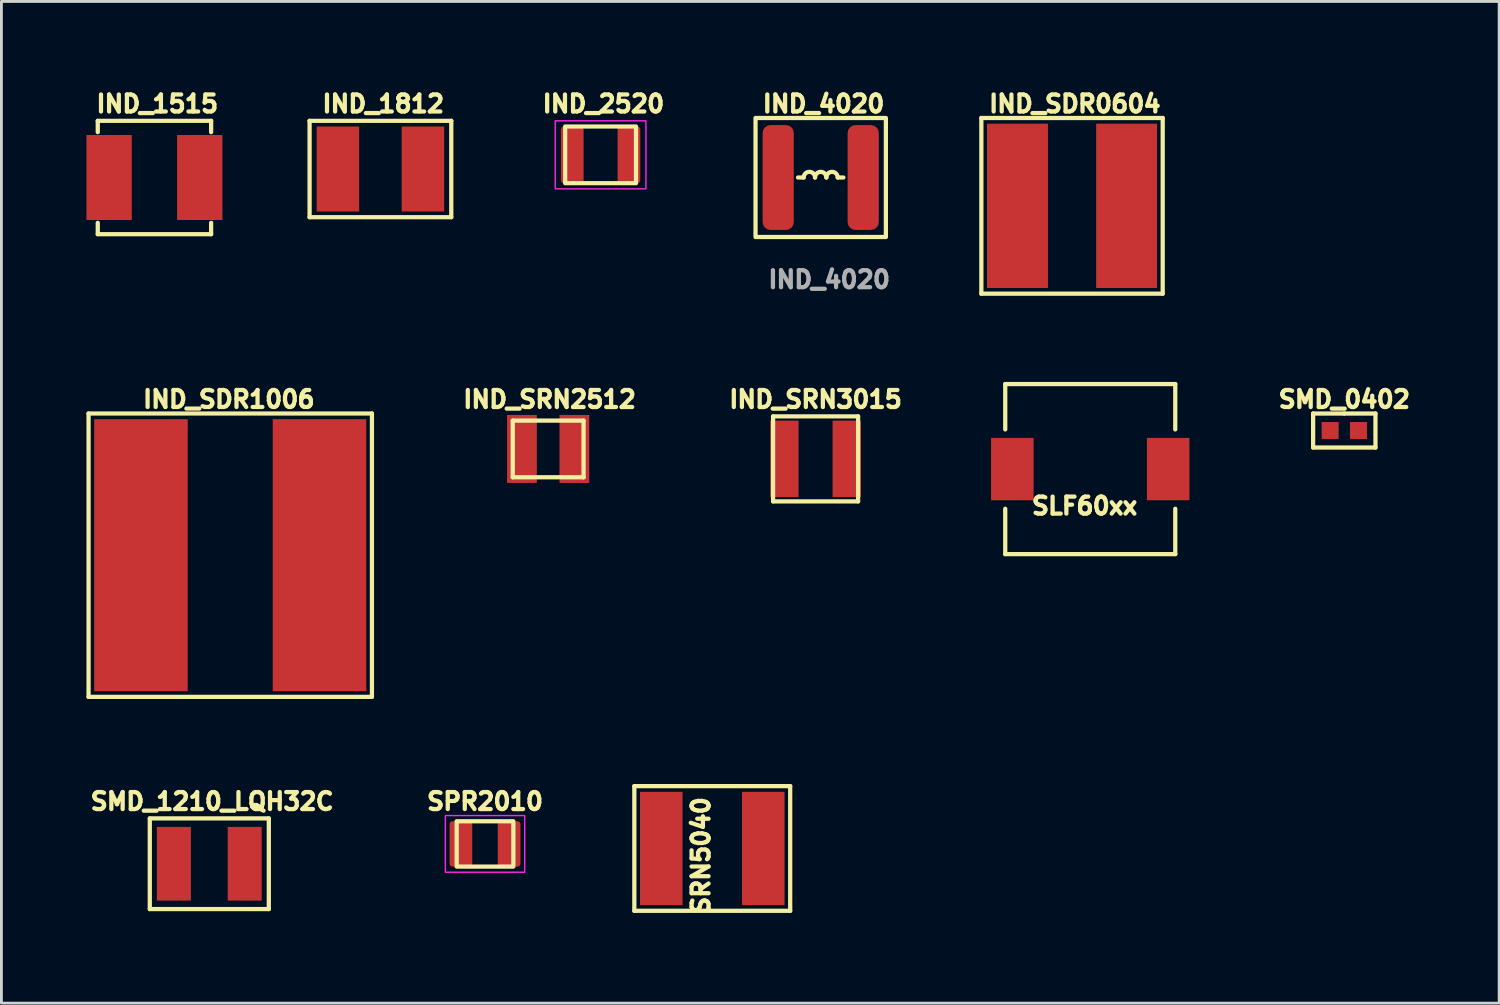
<source format=kicad_pcb>
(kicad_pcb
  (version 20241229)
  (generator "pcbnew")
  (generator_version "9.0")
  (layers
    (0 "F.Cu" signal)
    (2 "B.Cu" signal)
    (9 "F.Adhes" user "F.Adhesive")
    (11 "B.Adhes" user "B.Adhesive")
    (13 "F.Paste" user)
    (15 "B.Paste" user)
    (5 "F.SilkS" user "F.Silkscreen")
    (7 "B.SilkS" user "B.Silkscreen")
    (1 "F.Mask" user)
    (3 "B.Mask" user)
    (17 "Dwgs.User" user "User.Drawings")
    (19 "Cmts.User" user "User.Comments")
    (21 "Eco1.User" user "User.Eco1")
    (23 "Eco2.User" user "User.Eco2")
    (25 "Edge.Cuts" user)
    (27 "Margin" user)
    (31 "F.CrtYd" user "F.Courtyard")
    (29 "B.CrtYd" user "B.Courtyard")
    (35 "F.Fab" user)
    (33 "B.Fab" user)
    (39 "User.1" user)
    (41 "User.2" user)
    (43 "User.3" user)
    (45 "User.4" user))
  (footprint "SRN5040"
    (layer "F.Cu")
    (at 22.085 26.892)
    (property "Reference" "SRN5040" (at -0.4 0.25 90) (layer "F.SilkS") (effects (font (size 0.6 0.6) (thickness 0.15))))
    (attr through_hole)
    (fp_line (start -2.75 -2.2) (end 2.75 -2.2) (stroke (width 0.15) (type solid)) (layer "F.SilkS"))
    (fp_line (start -2.75 2.2) (end -2.75 -2.2) (stroke (width 0.15) (type solid)) (layer "F.SilkS"))
    (fp_line (start 2.75 -2.2) (end 2.75 2.2) (stroke (width 0.15) (type solid)) (layer "F.SilkS"))
    (fp_line (start 2.75 2.2) (end -2.75 2.2) (stroke (width 0.15) (type solid)) (layer "F.SilkS"))
    (pad "1" smd rect (at -1.8 0) (size 1.5 4) (layers "F.Cu" "F.Mask" "F.Paste"))
    (pad "2" smd rect (at 1.8 0) (size 1.5 4) (layers "F.Cu" "F.Mask" "F.Paste")))
  (footprint "IND_SRN3015"
    (layer "F.Cu")
    (at 25.731 13.143)
    (property "Reference" "IND_SRN3015" (at 0 -2.1 0) (layer "F.SilkS") (effects (font (size 0.6 0.6) (thickness 0.15))))
    (attr smd)
    (fp_line (start -1.5 -1.5) (end 1.5 -1.5) (stroke (width 0.15) (type solid)) (layer "F.SilkS"))
    (fp_line (start -1.5 1.5) (end -1.5 -1.5) (stroke (width 0.15) (type solid)) (layer "F.SilkS"))
    (fp_line (start 1.5 -1.5) (end 1.5 1.5) (stroke (width 0.15) (type solid)) (layer "F.SilkS"))
    (fp_line (start 1.5 1.5) (end -1.5 1.5) (stroke (width 0.15) (type solid)) (layer "F.SilkS"))
    (pad "1" smd rect (at -1.1 0) (size 1 2.7) (layers "F.Cu" "F.Mask" "F.Paste"))
    (pad "2" smd rect (at 1.1 0) (size 1 2.7) (layers "F.Cu" "F.Mask" "F.Paste")))
  (footprint "SLF60xx"
    (layer "F.Cu")
    (at 35.424 13.504)
    (property "Reference" "SLF60xx" (at -0.2 1.3 0) (layer "F.SilkS") (effects (font (size 0.6 0.6) (thickness 0.15))))
    (attr through_hole)
    (fp_line (start -3 -3) (end 3 -3) (stroke (width 0.15) (type solid)) (layer "F.SilkS"))
    (fp_line (start -3 -1.4) (end -3 -3) (stroke (width 0.15) (type solid)) (layer "F.SilkS"))
    (fp_line (start -3 3) (end -3 1.4) (stroke (width 0.15) (type solid)) (layer "F.SilkS"))
    (fp_line (start 3 -3) (end 3 -1.4) (stroke (width 0.15) (type solid)) (layer "F.SilkS"))
    (fp_line (start 3 1.4) (end 3 3) (stroke (width 0.15) (type solid)) (layer "F.SilkS"))
    (fp_line (start 3 3) (end -3 3) (stroke (width 0.15) (type solid)) (layer "F.SilkS"))
    (pad "1" smd rect (at -2.75 0) (size 1.5 2.2) (layers "F.Cu" "F.Mask" "F.Paste"))
    (pad "2" smd rect (at 2.75 0) (size 1.5 2.2) (layers "F.Cu" "F.Mask" "F.Paste")))
  (footprint "SMD_1210_LQH32C"
    (layer "F.Cu")
    (at 4.336 27.431)
    (property "Reference" "SMD_1210_LQH32C" (at 0.1 -2.2 0) (layer "F.SilkS") (effects (font (size 0.6 0.6) (thickness 0.15))))
    (attr smd)
    (fp_line (start -2.1 -1.6) (end 2.1 -1.6) (stroke (width 0.15) (type solid)) (layer "F.SilkS"))
    (fp_line (start -2.1 1.6) (end -2.1 -1.6) (stroke (width 0.15) (type solid)) (layer "F.SilkS"))
    (fp_line (start 2.1 -1.6) (end 2.1 1.6) (stroke (width 0.15) (type solid)) (layer "F.SilkS"))
    (fp_line (start 2.1 1.6) (end -2.1 1.6) (stroke (width 0.15) (type solid)) (layer "F.SilkS"))
    (pad "1" smd rect (at -1.25 0) (size 1.2 2.6) (layers "F.Cu" "F.Mask" "F.Paste"))
    (pad "2" smd rect (at 1.25 0) (size 1.2 2.6) (layers "F.Cu" "F.Mask" "F.Paste")))
  (footprint "IND_1515"
    (layer "F.Cu")
    (at 2.4 3.214)
    (property "Reference" "IND_1515" (at 0.1 -2.6 0) (layer "F.SilkS") (effects (font (size 0.6 0.6) (thickness 0.15))))
    (attr smd)
    (fp_line (start -2 -2) (end -2 -1.6) (stroke (width 0.15) (type solid)) (layer "F.SilkS"))
    (fp_line (start -2 -2) (end 2 -2) (stroke (width 0.15) (type solid)) (layer "F.SilkS"))
    (fp_line (start -2 2) (end -2 1.6) (stroke (width 0.15) (type solid)) (layer "F.SilkS"))
    (fp_line (start 2 -2) (end 2 -1.6) (stroke (width 0.15) (type solid)) (layer "F.SilkS"))
    (fp_line (start 2 2) (end -2 2) (stroke (width 0.15) (type solid)) (layer "F.SilkS"))
    (fp_line (start 2 2) (end 2 1.6) (stroke (width 0.15) (type solid)) (layer "F.SilkS"))
    (pad "1" smd rect (at -1.6 0) (size 1.6 3) (layers "F.Cu" "F.Mask" "F.Paste"))
    (pad "2" smd rect (at 1.6 0) (size 1.6 3) (layers "F.Cu" "F.Mask" "F.Paste")))
  (footprint "SMD_0402"
    (layer "F.Cu")
    (at 44.389 12.143)
    (property "Reference" "SMD_0402" (at 0 -1.1 0) (layer "F.SilkS") (effects (font (size 0.6 0.6) (thickness 0.15))))
    (attr smd)
    (fp_line (start -1.1 -0.6) (end 0 -0.6) (stroke (width 0.15) (type solid)) (layer "F.SilkS"))
    (fp_line (start -1.1 0.6) (end -1.1 -0.6) (stroke (width 0.15) (type solid)) (layer "F.SilkS"))
    (fp_line (start 0 -0.6) (end 1.1 -0.6) (stroke (width 0.15) (type solid)) (layer "F.SilkS"))
    (fp_line (start 1.1 -0.6) (end 1.1 0.6) (stroke (width 0.15) (type solid)) (layer "F.SilkS"))
    (fp_line (start 1.1 0.6) (end -1.1 0.6) (stroke (width 0.15) (type solid)) (layer "F.SilkS"))
    (pad "1" smd rect (at -0.5 0) (size 0.6 0.6) (layers "F.Cu" "F.Mask" "F.Paste"))
    (pad "2" smd rect (at 0.5 0) (size 0.6 0.6) (layers "F.Cu" "F.Mask" "F.Paste")))
  (footprint "IND_2520"
    (layer "F.Cu")
    (at 18.144 2.414)
    (property "Reference" "IND_2520" (at 0.1 -1.8 0) (layer "F.SilkS") (effects (font (size 0.6 0.6) (thickness 0.15))))
    (attr smd)
    (fp_rect (start -1.25 -1) (end 1.25 1) (stroke (width 0.15) (type solid)) (fill no) (layer "F.SilkS"))
    (fp_rect (start -1.6 -1.2) (end 1.6 1.2) (stroke (width 0.05) (type solid)) (fill no) (layer "F.CrtYd"))
    (pad "1" smd roundrect (at -1 0) (size 0.8 2) (layers "F.Cu" "F.Mask" "F.Paste") (roundrect_rratio 0.125))
    (pad "2" smd roundrect (at 1 0) (size 0.8 2) (layers "F.Cu" "F.Mask" "F.Paste") (roundrect_rratio 0.125)))
  (footprint "SPR2010"
    (layer "F.Cu")
    (at 14.066 26.731)
    (property "Reference" "SPR2010" (at 0 -1.5 0) (layer "F.SilkS") (effects (font (size 0.6 0.6) (thickness 0.15))))
    (attr smd)
    (fp_rect (start -1 -0.8) (end 1 0.8) (stroke (width 0.15) (type solid)) (fill no) (layer "F.SilkS"))
    (fp_rect (start -1.4 -1) (end 1.4 1) (stroke (width 0.05) (type solid)) (fill no) (layer "F.CrtYd"))
    (pad "1" smd roundrect (at -0.85 0) (size 0.8 1.6) (layers "F.Cu" "F.Mask" "F.Paste") (roundrect_rratio 0.125))
    (pad "2" smd roundrect (at 0.85 0) (size 0.8 1.6) (layers "F.Cu" "F.Mask" "F.Paste") (roundrect_rratio 0.125)))
  (footprint "IND_1812"
    (layer "F.Cu")
    (at 10.375 2.914)
    (property "Reference" "IND_1812" (at 0.1 -2.3 0) (layer "F.SilkS") (effects (font (size 0.6 0.6) (thickness 0.15))))
    (attr smd)
    (fp_line (start -2.5 -1.7) (end 2.5 -1.7) (stroke (width 0.15) (type solid)) (layer "F.SilkS"))
    (fp_line (start -2.5 1.7) (end -2.5 -1.7) (stroke (width 0.15) (type solid)) (layer "F.SilkS"))
    (fp_line (start 2.5 -1.7) (end 2.5 1.7) (stroke (width 0.15) (type solid)) (layer "F.SilkS"))
    (fp_line (start 2.5 1.7) (end -2.5 1.7) (stroke (width 0.15) (type solid)) (layer "F.SilkS"))
    (pad "1" smd rect (at -1.5 0) (size 1.5 3) (layers "F.Cu" "F.Mask" "F.Paste"))
    (pad "2" smd rect (at 1.5 0) (size 1.5 3) (layers "F.Cu" "F.Mask" "F.Paste")))
  (footprint "IND_SDR0604"
    (layer "F.Cu")
    (at 34.781 4.214)
    (property "Reference" "IND_SDR0604" (at 0.1 -3.6 0) (layer "F.SilkS") (effects (font (size 0.599 0.599) (thickness 0.15))))
    (attr through_hole)
    (fp_line (start -3.2 -3.1) (end 3.2 -3.1) (stroke (width 0.15) (type solid)) (layer "F.SilkS"))
    (fp_line (start -3.2 3.1) (end -3.2 -3.1) (stroke (width 0.15) (type solid)) (layer "F.SilkS"))
    (fp_line (start 3.2 -3.1) (end 3.2 3.1) (stroke (width 0.15) (type solid)) (layer "F.SilkS"))
    (fp_line (start 3.2 3.1) (end -3.2 3.1) (stroke (width 0.15) (type solid)) (layer "F.SilkS"))
    (pad "1" smd rect (at -1.925 0) (size 2.149 5.799) (layers "F.Cu" "F.Mask" "F.Paste"))
    (pad "2" smd rect (at 1.925 0) (size 2.149 5.799) (layers "F.Cu" "F.Mask" "F.Paste")))
  (footprint "IND_SDR1006"
    (layer "F.Cu")
    (at 5.075 16.542)
    (property "Reference" "IND_SDR1006" (at -0.05 -5.5 0) (layer "F.SilkS") (effects (font (size 0.599 0.599) (thickness 0.15))))
    (attr through_hole)
    (fp_line (start -5 -5) (end 5 -5) (stroke (width 0.15) (type solid)) (layer "F.SilkS"))
    (fp_line (start -5 5) (end -5 -5) (stroke (width 0.15) (type solid)) (layer "F.SilkS"))
    (fp_line (start 5 -5) (end 5 5) (stroke (width 0.15) (type solid)) (layer "F.SilkS"))
    (fp_line (start 5 5) (end -5 5) (stroke (width 0.15) (type solid)) (layer "F.SilkS"))
    (pad "1" smd rect (at -3.15 0) (size 3.3 9.6) (layers "F.Cu" "F.Mask" "F.Paste"))
    (pad "2" smd rect (at 3.15 0) (size 3.3 9.6) (layers "F.Cu" "F.Mask" "F.Paste")))
  (footprint "IND_4020"
    (layer "F.Cu")
    (at 25.912 3.214)
    (property "Reference" "IND_4020" (at 0.1 -2.6 0) (unlocked yes) (layer "F.SilkS") (effects (font (size 0.6 0.6) (thickness 0.15) (bold yes))))
    (attr smd)
    (fp_line (start -0.6 0) (end -0.8 0) (stroke (width 0.15) (type default)) (layer "F.SilkS"))
    (fp_line (start 0.8 0) (end 0.6 0) (stroke (width 0.15) (type default)) (layer "F.SilkS"))
    (fp_rect (start -2.3 -2.1) (end 2.3 2.1) (stroke (width 0.15) (type default)) (fill no) (layer "F.SilkS"))
    (fp_arc (start -0.6 0) (mid -0.4 -0.2) (end -0.2 0) (stroke (width 0.15) (type default)) (layer "F.SilkS"))
    (fp_arc (start -0.2 0) (mid 0 -0.2) (end 0.2 0) (stroke (width 0.15) (type default)) (layer "F.SilkS"))
    (fp_arc (start 0.2 0) (mid 0.4 -0.2) (end 0.6 0) (stroke (width 0.15) (type default)) (layer "F.SilkS"))
    (fp_rect (start -2 -2) (end 2 2) (stroke (width 0.05) (type default)) (fill no) (layer "Margin"))
    (fp_text user "${REFERENCE}" (at 0.3 3.6 0) (unlocked yes) (layer "F.Fab") (effects (font (size 0.6 0.6) (thickness 0.15))))
    (pad "1" smd roundrect (at -1.5 0) (size 1.1 3.7) (layers "F.Cu" "F.Mask" "F.Paste") (roundrect_rratio 0.25))
    (pad "2" smd roundrect (at 1.5 0) (size 1.1 3.7) (layers "F.Cu" "F.Mask" "F.Paste") (roundrect_rratio 0.25)))
  (footprint "IND_SRN2512"
    (layer "F.Cu")
    (at 16.294 12.793)
    (property "Reference" "IND_SRN2512" (at 0.05 -1.75 0) (layer "F.SilkS") (effects (font (size 0.6 0.6) (thickness 0.15))))
    (attr smd)
    (fp_line (start -1.25 -1) (end 1.25 -1) (stroke (width 0.15) (type solid)) (layer "F.SilkS"))
    (fp_line (start -1.25 1) (end -1.25 -1) (stroke (width 0.15) (type solid)) (layer "F.SilkS"))
    (fp_line (start 1.25 -1) (end 1.25 1) (stroke (width 0.15) (type solid)) (layer "F.SilkS"))
    (fp_line (start 1.25 1) (end -1.25 1) (stroke (width 0.15) (type solid)) (layer "F.SilkS"))
    (pad "1" smd rect (at -0.925 0) (size 1.05 2.4) (layers "F.Cu" "F.Mask" "F.Paste"))
    (pad "2" smd rect (at 0.925 0) (size 1.05 2.4) (layers "F.Cu" "F.Mask" "F.Paste")))
  (gr_rect
    (start -3 -3)
    (end 49.854 32.35)
    (stroke (width 0.1) (type default))
    (fill no)
    (layer "Edge.Cuts")))
</source>
